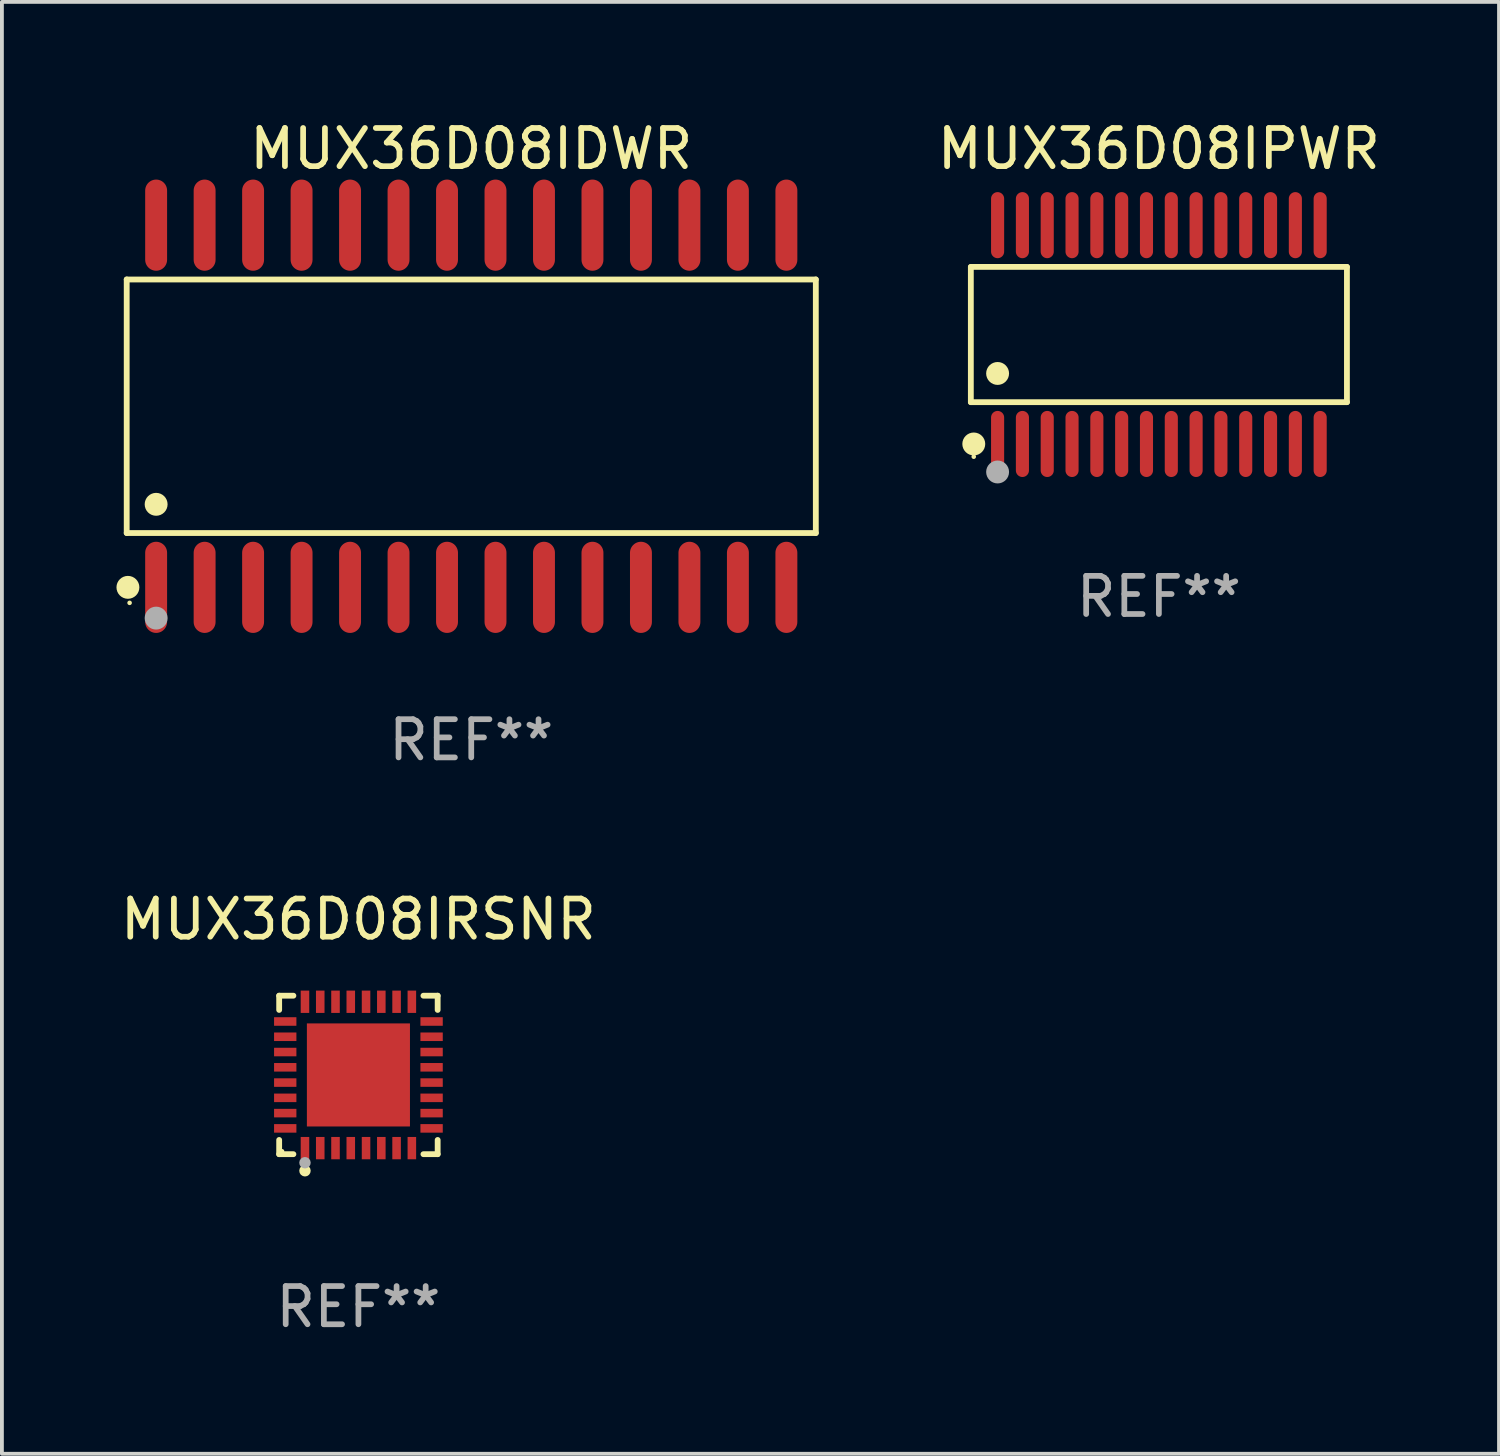
<source format=kicad_pcb>
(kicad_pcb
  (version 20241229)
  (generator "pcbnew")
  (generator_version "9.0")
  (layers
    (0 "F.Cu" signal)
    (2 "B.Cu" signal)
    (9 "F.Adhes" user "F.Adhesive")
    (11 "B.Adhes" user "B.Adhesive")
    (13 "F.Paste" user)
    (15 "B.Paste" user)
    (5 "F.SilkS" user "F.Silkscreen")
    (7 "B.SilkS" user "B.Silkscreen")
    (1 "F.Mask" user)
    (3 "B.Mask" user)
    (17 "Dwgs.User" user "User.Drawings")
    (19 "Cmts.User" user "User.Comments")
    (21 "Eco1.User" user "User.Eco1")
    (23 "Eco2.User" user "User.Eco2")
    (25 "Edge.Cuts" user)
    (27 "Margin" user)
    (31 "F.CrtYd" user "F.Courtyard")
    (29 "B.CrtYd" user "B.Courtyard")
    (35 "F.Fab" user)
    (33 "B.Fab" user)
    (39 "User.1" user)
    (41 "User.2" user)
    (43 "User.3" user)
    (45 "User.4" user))
  (footprint "MUX36D08IPWR"
    (layer "F.Cu")
    (at 27.308 5.714)
    (property "Reference" "MUX36D08IPWR" (at 0 -4.866 0) (layer "F.SilkS") (effects (font (size 1 1) (thickness 0.15))))
    (attr through_hole)
    (fp_line (start -4.926 -1.772) (end 4.926 -1.772) (stroke (width 0.152) (type solid)) (layer "F.SilkS"))
    (fp_line (start -4.926 1.771) (end -4.926 -1.772) (stroke (width 0.152) (type solid)) (layer "F.SilkS"))
    (fp_line (start 4.926 -1.772) (end 4.926 1.771) (stroke (width 0.152) (type solid)) (layer "F.SilkS"))
    (fp_line (start 4.926 1.771) (end -4.926 1.771) (stroke (width 0.152) (type solid)) (layer "F.SilkS"))
    (fp_circle (center -4.85 3.2) (end -4.82 3.2) (stroke (width 0.06) (type solid)) (fill no) (layer "F.SilkS"))
    (fp_circle (center -4.849 2.866) (end -4.699 2.866) (stroke (width 0.3) (type solid)) (fill no) (layer "F.SilkS"))
    (fp_circle (center -4.225 1.019) (end -4.075 1.019) (stroke (width 0.3) (type solid)) (fill no) (layer "F.SilkS"))
    (fp_circle (center -4.225 3.6) (end -4.075 3.6) (stroke (width 0.3) (type solid)) (fill no) (layer "F.Fab"))
    (fp_text user "REF**" (at 0 6.866 0) (layer "F.Fab") (effects (font (size 1 1) (thickness 0.15))))
    (pad "1" smd oval (at -4.225 2.866) (size 0.343 1.731) (layers "F.Cu" "F.Mask" "F.Paste"))
    (pad "2" smd oval (at -3.575 2.866) (size 0.343 1.731) (layers "F.Cu" "F.Mask" "F.Paste"))
    (pad "3" smd oval (at -2.925 2.866) (size 0.343 1.731) (layers "F.Cu" "F.Mask" "F.Paste"))
    (pad "4" smd oval (at -2.275 2.866) (size 0.343 1.731) (layers "F.Cu" "F.Mask" "F.Paste"))
    (pad "5" smd oval (at -1.625 2.866) (size 0.343 1.731) (layers "F.Cu" "F.Mask" "F.Paste"))
    (pad "6" smd oval (at -0.975 2.866) (size 0.343 1.731) (layers "F.Cu" "F.Mask" "F.Paste"))
    (pad "7" smd oval (at -0.325 2.866) (size 0.343 1.731) (layers "F.Cu" "F.Mask" "F.Paste"))
    (pad "8" smd oval (at 0.325 2.866) (size 0.343 1.731) (layers "F.Cu" "F.Mask" "F.Paste"))
    (pad "9" smd oval (at 0.975 2.866) (size 0.343 1.731) (layers "F.Cu" "F.Mask" "F.Paste"))
    (pad "10" smd oval (at 1.625 2.866) (size 0.343 1.731) (layers "F.Cu" "F.Mask" "F.Paste"))
    (pad "11" smd oval (at 2.275 2.866) (size 0.343 1.731) (layers "F.Cu" "F.Mask" "F.Paste"))
    (pad "12" smd oval (at 2.925 2.866) (size 0.343 1.731) (layers "F.Cu" "F.Mask" "F.Paste"))
    (pad "13" smd oval (at 3.575 2.866) (size 0.343 1.731) (layers "F.Cu" "F.Mask" "F.Paste"))
    (pad "14" smd oval (at 4.225 2.866) (size 0.343 1.731) (layers "F.Cu" "F.Mask" "F.Paste"))
    (pad "15" smd oval (at 4.225 -2.866) (size 0.343 1.731) (layers "F.Cu" "F.Mask" "F.Paste"))
    (pad "16" smd oval (at 3.575 -2.866) (size 0.343 1.731) (layers "F.Cu" "F.Mask" "F.Paste"))
    (pad "17" smd oval (at 2.925 -2.866) (size 0.343 1.731) (layers "F.Cu" "F.Mask" "F.Paste"))
    (pad "18" smd oval (at 2.275 -2.866) (size 0.343 1.731) (layers "F.Cu" "F.Mask" "F.Paste"))
    (pad "19" smd oval (at 1.625 -2.866) (size 0.343 1.731) (layers "F.Cu" "F.Mask" "F.Paste"))
    (pad "20" smd oval (at 0.975 -2.866) (size 0.343 1.731) (layers "F.Cu" "F.Mask" "F.Paste"))
    (pad "21" smd oval (at 0.325 -2.866) (size 0.343 1.731) (layers "F.Cu" "F.Mask" "F.Paste"))
    (pad "22" smd oval (at -0.325 -2.866) (size 0.343 1.731) (layers "F.Cu" "F.Mask" "F.Paste"))
    (pad "23" smd oval (at -0.975 -2.866) (size 0.343 1.731) (layers "F.Cu" "F.Mask" "F.Paste"))
    (pad "24" smd oval (at -1.625 -2.866) (size 0.343 1.731) (layers "F.Cu" "F.Mask" "F.Paste"))
    (pad "25" smd oval (at -2.275 -2.866) (size 0.343 1.731) (layers "F.Cu" "F.Mask" "F.Paste"))
    (pad "26" smd oval (at -2.925 -2.866) (size 0.343 1.731) (layers "F.Cu" "F.Mask" "F.Paste"))
    (pad "27" smd oval (at -3.575 -2.866) (size 0.343 1.731) (layers "F.Cu" "F.Mask" "F.Paste"))
    (pad "28" smd oval (at -4.225 -2.866) (size 0.343 1.731) (layers "F.Cu" "F.Mask" "F.Paste")))
  (footprint "MUX36D08IRSNR"
    (layer "F.Cu")
    (at 6.339 25.109)
    (property "Reference" "MUX36D08IRSNR" (at 0 -4.076 0) (layer "F.SilkS") (effects (font (size 1 1) (thickness 0.15))))
    (attr through_hole)
    (fp_line (start -2.076 -2.076) (end -1.703 -2.076) (stroke (width 0.152) (type solid)) (layer "F.SilkS"))
    (fp_line (start -2.076 -1.703) (end -2.076 -2.076) (stroke (width 0.152) (type solid)) (layer "F.SilkS"))
    (fp_line (start -2.076 1.703) (end -2.076 2.076) (stroke (width 0.152) (type solid)) (layer "F.SilkS"))
    (fp_line (start -2.076 2.076) (end -1.703 2.076) (stroke (width 0.152) (type solid)) (layer "F.SilkS"))
    (fp_line (start 2.076 -2.076) (end 1.703 -2.076) (stroke (width 0.152) (type solid)) (layer "F.SilkS"))
    (fp_line (start 2.076 -1.703) (end 2.076 -2.076) (stroke (width 0.152) (type solid)) (layer "F.SilkS"))
    (fp_line (start 2.076 1.703) (end 2.076 2.076) (stroke (width 0.152) (type solid)) (layer "F.SilkS"))
    (fp_line (start 2.076 2.076) (end 1.703 2.076) (stroke (width 0.152) (type solid)) (layer "F.SilkS"))
    (fp_circle (center -2 2) (end -1.97 2) (stroke (width 0.06) (type solid)) (fill no) (layer "F.SilkS"))
    (fp_circle (center -1.4 2.51) (end -1.325 2.51) (stroke (width 0.15) (type solid)) (fill no) (layer "F.SilkS"))
    (fp_circle (center -1.4 2.3) (end -1.325 2.3) (stroke (width 0.15) (type solid)) (fill no) (layer "F.Fab"))
    (fp_text user "REF**" (at 0 6.076 0) (layer "F.Fab") (effects (font (size 1 1) (thickness 0.15))))
    (pad "1" smd rect (at -1.4 1.917) (size 0.224 0.585) (layers "F.Cu" "F.Mask" "F.Paste"))
    (pad "2" smd rect (at -1 1.917) (size 0.224 0.585) (layers "F.Cu" "F.Mask" "F.Paste"))
    (pad "3" smd rect (at -0.6 1.917) (size 0.224 0.585) (layers "F.Cu" "F.Mask" "F.Paste"))
    (pad "4" smd rect (at -0.2 1.917) (size 0.224 0.585) (layers "F.Cu" "F.Mask" "F.Paste"))
    (pad "5" smd rect (at 0.2 1.917) (size 0.224 0.585) (layers "F.Cu" "F.Mask" "F.Paste"))
    (pad "6" smd rect (at 0.6 1.917) (size 0.224 0.585) (layers "F.Cu" "F.Mask" "F.Paste"))
    (pad "7" smd rect (at 1 1.917) (size 0.224 0.585) (layers "F.Cu" "F.Mask" "F.Paste"))
    (pad "8" smd rect (at 1.4 1.917) (size 0.224 0.585) (layers "F.Cu" "F.Mask" "F.Paste"))
    (pad "9" smd rect (at 1.917 1.4) (size 0.585 0.224) (layers "F.Cu" "F.Mask" "F.Paste"))
    (pad "10" smd rect (at 1.917 1) (size 0.585 0.224) (layers "F.Cu" "F.Mask" "F.Paste"))
    (pad "11" smd rect (at 1.917 0.6) (size 0.585 0.224) (layers "F.Cu" "F.Mask" "F.Paste"))
    (pad "12" smd rect (at 1.917 0.2) (size 0.585 0.224) (layers "F.Cu" "F.Mask" "F.Paste"))
    (pad "13" smd rect (at 1.917 -0.2) (size 0.585 0.224) (layers "F.Cu" "F.Mask" "F.Paste"))
    (pad "14" smd rect (at 1.917 -0.6) (size 0.585 0.224) (layers "F.Cu" "F.Mask" "F.Paste"))
    (pad "15" smd rect (at 1.917 -1) (size 0.585 0.224) (layers "F.Cu" "F.Mask" "F.Paste"))
    (pad "16" smd rect (at 1.917 -1.4) (size 0.585 0.224) (layers "F.Cu" "F.Mask" "F.Paste"))
    (pad "17" smd rect (at 1.4 -1.917) (size 0.224 0.585) (layers "F.Cu" "F.Mask" "F.Paste"))
    (pad "18" smd rect (at 1 -1.917) (size 0.224 0.585) (layers "F.Cu" "F.Mask" "F.Paste"))
    (pad "19" smd rect (at 0.6 -1.917) (size 0.224 0.585) (layers "F.Cu" "F.Mask" "F.Paste"))
    (pad "20" smd rect (at 0.2 -1.917) (size 0.224 0.585) (layers "F.Cu" "F.Mask" "F.Paste"))
    (pad "21" smd rect (at -0.2 -1.917) (size 0.224 0.585) (layers "F.Cu" "F.Mask" "F.Paste"))
    (pad "22" smd rect (at -0.6 -1.917) (size 0.224 0.585) (layers "F.Cu" "F.Mask" "F.Paste"))
    (pad "23" smd rect (at -1 -1.917) (size 0.224 0.585) (layers "F.Cu" "F.Mask" "F.Paste"))
    (pad "24" smd rect (at -1.4 -1.917) (size 0.224 0.585) (layers "F.Cu" "F.Mask" "F.Paste"))
    (pad "25" smd rect (at -1.917 -1.4) (size 0.585 0.224) (layers "F.Cu" "F.Mask" "F.Paste"))
    (pad "26" smd rect (at -1.917 -1) (size 0.585 0.224) (layers "F.Cu" "F.Mask" "F.Paste"))
    (pad "27" smd rect (at -1.917 -0.6) (size 0.585 0.224) (layers "F.Cu" "F.Mask" "F.Paste"))
    (pad "28" smd rect (at -1.917 -0.2) (size 0.585 0.224) (layers "F.Cu" "F.Mask" "F.Paste"))
    (pad "29" smd rect (at -1.917 0.2) (size 0.585 0.224) (layers "F.Cu" "F.Mask" "F.Paste"))
    (pad "30" smd rect (at -1.917 0.6) (size 0.585 0.224) (layers "F.Cu" "F.Mask" "F.Paste"))
    (pad "31" smd rect (at -1.917 1) (size 0.585 0.224) (layers "F.Cu" "F.Mask" "F.Paste"))
    (pad "32" smd rect (at -1.917 1.4) (size 0.585 0.224) (layers "F.Cu" "F.Mask" "F.Paste"))
    (pad "33" smd rect (at 0 0) (size 2.7 2.7) (layers "F.Cu" "F.Mask" "F.Paste")))
  (footprint "MUX36D08IDWR"
    (layer "F.Cu")
    (at 9.295 7.592)
    (property "Reference" "MUX36D08IDWR" (at 0 -6.744 0) (layer "F.SilkS") (effects (font (size 1 1) (thickness 0.15))))
    (attr through_hole)
    (fp_line (start -9.026 -3.321) (end 9.026 -3.321) (stroke (width 0.152) (type solid)) (layer "F.SilkS"))
    (fp_line (start -9.026 3.321) (end -9.026 -3.321) (stroke (width 0.152) (type solid)) (layer "F.SilkS"))
    (fp_line (start 9.026 -3.321) (end 9.026 3.321) (stroke (width 0.152) (type solid)) (layer "F.SilkS"))
    (fp_line (start 9.026 3.321) (end -9.026 3.321) (stroke (width 0.152) (type solid)) (layer "F.SilkS"))
    (fp_circle (center -8.994 4.744) (end -8.844 4.744) (stroke (width 0.3) (type solid)) (fill no) (layer "F.SilkS"))
    (fp_circle (center -8.95 5.15) (end -8.92 5.15) (stroke (width 0.06) (type solid)) (fill no) (layer "F.SilkS"))
    (fp_circle (center -8.255 2.569) (end -8.105 2.569) (stroke (width 0.3) (type solid)) (fill no) (layer "F.SilkS"))
    (fp_circle (center -8.255 5.55) (end -8.105 5.55) (stroke (width 0.3) (type solid)) (fill no) (layer "F.Fab"))
    (fp_text user "REF**" (at 0 8.744 0) (layer "F.Fab") (effects (font (size 1 1) (thickness 0.15))))
    (pad "1" smd oval (at -8.255 4.744) (size 0.574 2.388) (layers "F.Cu" "F.Mask" "F.Paste"))
    (pad "2" smd oval (at -6.985 4.744) (size 0.574 2.388) (layers "F.Cu" "F.Mask" "F.Paste"))
    (pad "3" smd oval (at -5.715 4.744) (size 0.574 2.388) (layers "F.Cu" "F.Mask" "F.Paste"))
    (pad "4" smd oval (at -4.445 4.744) (size 0.574 2.388) (layers "F.Cu" "F.Mask" "F.Paste"))
    (pad "5" smd oval (at -3.175 4.744) (size 0.574 2.388) (layers "F.Cu" "F.Mask" "F.Paste"))
    (pad "6" smd oval (at -1.905 4.744) (size 0.574 2.388) (layers "F.Cu" "F.Mask" "F.Paste"))
    (pad "7" smd oval (at -0.635 4.744) (size 0.574 2.388) (layers "F.Cu" "F.Mask" "F.Paste"))
    (pad "8" smd oval (at 0.635 4.744) (size 0.574 2.388) (layers "F.Cu" "F.Mask" "F.Paste"))
    (pad "9" smd oval (at 1.905 4.744) (size 0.574 2.388) (layers "F.Cu" "F.Mask" "F.Paste"))
    (pad "10" smd oval (at 3.175 4.744) (size 0.574 2.388) (layers "F.Cu" "F.Mask" "F.Paste"))
    (pad "11" smd oval (at 4.445 4.744) (size 0.574 2.388) (layers "F.Cu" "F.Mask" "F.Paste"))
    (pad "12" smd oval (at 5.715 4.744) (size 0.574 2.388) (layers "F.Cu" "F.Mask" "F.Paste"))
    (pad "13" smd oval (at 6.985 4.744) (size 0.574 2.388) (layers "F.Cu" "F.Mask" "F.Paste"))
    (pad "14" smd oval (at 8.255 4.744) (size 0.574 2.388) (layers "F.Cu" "F.Mask" "F.Paste"))
    (pad "15" smd oval (at 8.255 -4.744) (size 0.574 2.388) (layers "F.Cu" "F.Mask" "F.Paste"))
    (pad "16" smd oval (at 6.985 -4.744) (size 0.574 2.388) (layers "F.Cu" "F.Mask" "F.Paste"))
    (pad "17" smd oval (at 5.715 -4.744) (size 0.574 2.388) (layers "F.Cu" "F.Mask" "F.Paste"))
    (pad "18" smd oval (at 4.445 -4.744) (size 0.574 2.388) (layers "F.Cu" "F.Mask" "F.Paste"))
    (pad "19" smd oval (at 3.175 -4.744) (size 0.574 2.388) (layers "F.Cu" "F.Mask" "F.Paste"))
    (pad "20" smd oval (at 1.905 -4.744) (size 0.574 2.388) (layers "F.Cu" "F.Mask" "F.Paste"))
    (pad "21" smd oval (at 0.635 -4.744) (size 0.574 2.388) (layers "F.Cu" "F.Mask" "F.Paste"))
    (pad "22" smd oval (at -0.635 -4.744) (size 0.574 2.388) (layers "F.Cu" "F.Mask" "F.Paste"))
    (pad "23" smd oval (at -1.905 -4.744) (size 0.574 2.388) (layers "F.Cu" "F.Mask" "F.Paste"))
    (pad "24" smd oval (at -3.175 -4.744) (size 0.574 2.388) (layers "F.Cu" "F.Mask" "F.Paste"))
    (pad "25" smd oval (at -4.445 -4.744) (size 0.574 2.388) (layers "F.Cu" "F.Mask" "F.Paste"))
    (pad "26" smd oval (at -5.715 -4.744) (size 0.574 2.388) (layers "F.Cu" "F.Mask" "F.Paste"))
    (pad "27" smd oval (at -6.985 -4.744) (size 0.574 2.388) (layers "F.Cu" "F.Mask" "F.Paste"))
    (pad "28" smd oval (at -8.255 -4.744) (size 0.574 2.388) (layers "F.Cu" "F.Mask" "F.Paste")))
  (gr_rect
    (start -3 -3)
    (end 36.218 35.033)
    (stroke (width 0.1) (type default))
    (fill no)
    (layer "Edge.Cuts")))
</source>
